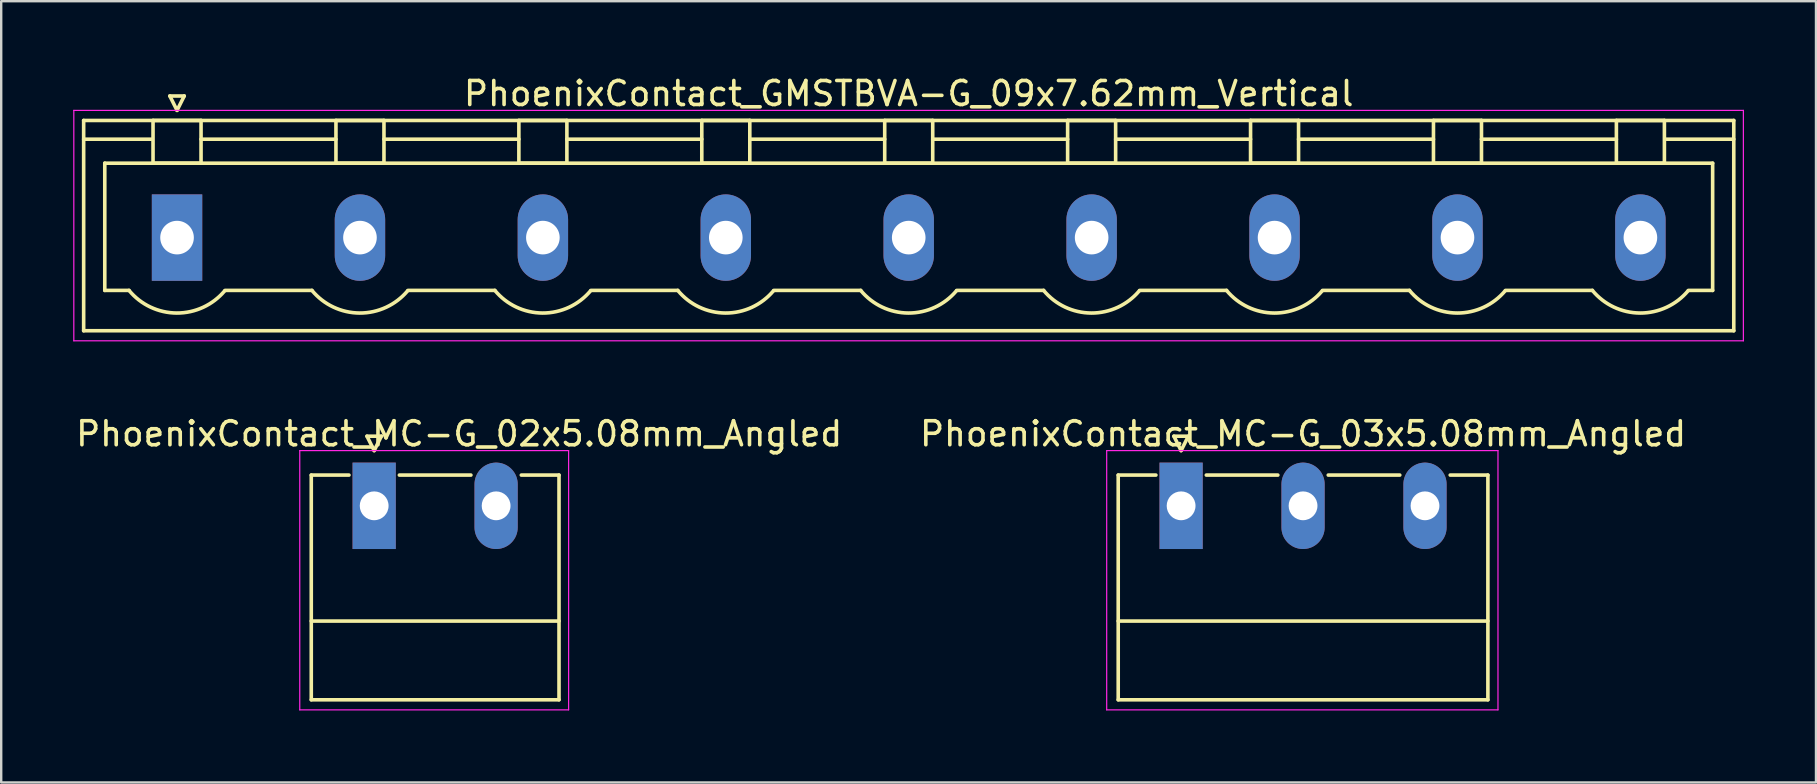
<source format=kicad_pcb>
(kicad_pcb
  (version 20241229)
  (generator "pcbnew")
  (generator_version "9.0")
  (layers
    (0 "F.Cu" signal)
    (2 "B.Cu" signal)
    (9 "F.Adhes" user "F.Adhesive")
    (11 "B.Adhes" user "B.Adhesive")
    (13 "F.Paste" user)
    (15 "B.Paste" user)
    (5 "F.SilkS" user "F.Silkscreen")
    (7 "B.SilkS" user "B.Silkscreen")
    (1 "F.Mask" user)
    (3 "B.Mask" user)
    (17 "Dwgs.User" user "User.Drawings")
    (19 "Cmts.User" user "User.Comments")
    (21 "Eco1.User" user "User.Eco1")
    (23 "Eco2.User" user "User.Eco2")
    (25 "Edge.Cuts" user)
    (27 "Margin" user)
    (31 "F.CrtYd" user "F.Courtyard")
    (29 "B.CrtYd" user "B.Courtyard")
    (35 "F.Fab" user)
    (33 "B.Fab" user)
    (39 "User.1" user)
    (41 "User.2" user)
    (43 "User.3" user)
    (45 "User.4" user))
  (footprint "PhoenixContact_GMSTBVA-G_09x7.62mm_Vertical"
    (layer "F.Cu")
    (at 4.325 6.848)
    (property "Reference" "PhoenixContact_GMSTBVA-G_09x7.62mm_Vertical" (at 30.48 -6 0) (layer "F.SilkS") (effects (font (size 1 1) (thickness 0.15))))
    (attr through_hole)
    (fp_line (start -3.89 -4.88) (end -3.89 3.88) (stroke (width 0.15) (type solid)) (layer "F.SilkS"))
    (fp_line (start -3.89 -4.1) (end -1.08 -4.1) (stroke (width 0.15) (type solid)) (layer "F.SilkS"))
    (fp_line (start -3.89 3.88) (end 64.85 3.88) (stroke (width 0.15) (type solid)) (layer "F.SilkS"))
    (fp_line (start -3.01 -3.1) (end 63.97 -3.1) (stroke (width 0.15) (type solid)) (layer "F.SilkS"))
    (fp_line (start -3.01 2.2) (end -3.01 -3.1) (stroke (width 0.15) (type solid)) (layer "F.SilkS"))
    (fp_line (start -2 2.2) (end -3.01 2.2) (stroke (width 0.15) (type solid)) (layer "F.SilkS"))
    (fp_line (start -1 -4.88) (end 1 -4.88) (stroke (width 0.15) (type solid)) (layer "F.SilkS"))
    (fp_line (start -1 -3.1) (end -1 -4.88) (stroke (width 0.15) (type solid)) (layer "F.SilkS"))
    (fp_line (start -0.3 -5.9) (end 0 -5.3) (stroke (width 0.15) (type solid)) (layer "F.SilkS"))
    (fp_line (start 0 -5.3) (end 0.3 -5.9) (stroke (width 0.15) (type solid)) (layer "F.SilkS"))
    (fp_line (start 0.3 -5.9) (end -0.3 -5.9) (stroke (width 0.15) (type solid)) (layer "F.SilkS"))
    (fp_line (start 1 -4.88) (end 1 -3.1) (stroke (width 0.15) (type solid)) (layer "F.SilkS"))
    (fp_line (start 1 -4.1) (end 6.62 -4.1) (stroke (width 0.15) (type solid)) (layer "F.SilkS"))
    (fp_line (start 1 -3.1) (end -1 -3.1) (stroke (width 0.15) (type solid)) (layer "F.SilkS"))
    (fp_line (start 2 2.2) (end 5.62 2.2) (stroke (width 0.15) (type solid)) (layer "F.SilkS"))
    (fp_line (start 6.62 -4.88) (end 8.62 -4.88) (stroke (width 0.15) (type solid)) (layer "F.SilkS"))
    (fp_line (start 6.62 -3.1) (end 6.62 -4.88) (stroke (width 0.15) (type solid)) (layer "F.SilkS"))
    (fp_line (start 8.62 -4.88) (end 8.62 -3.1) (stroke (width 0.15) (type solid)) (layer "F.SilkS"))
    (fp_line (start 8.62 -4.1) (end 14.24 -4.1) (stroke (width 0.15) (type solid)) (layer "F.SilkS"))
    (fp_line (start 8.62 -3.1) (end 6.62 -3.1) (stroke (width 0.15) (type solid)) (layer "F.SilkS"))
    (fp_line (start 9.62 2.2) (end 13.24 2.2) (stroke (width 0.15) (type solid)) (layer "F.SilkS"))
    (fp_line (start 14.24 -4.88) (end 16.24 -4.88) (stroke (width 0.15) (type solid)) (layer "F.SilkS"))
    (fp_line (start 14.24 -3.1) (end 14.24 -4.88) (stroke (width 0.15) (type solid)) (layer "F.SilkS"))
    (fp_line (start 16.24 -4.88) (end 16.24 -3.1) (stroke (width 0.15) (type solid)) (layer "F.SilkS"))
    (fp_line (start 16.24 -4.1) (end 21.86 -4.1) (stroke (width 0.15) (type solid)) (layer "F.SilkS"))
    (fp_line (start 16.24 -3.1) (end 14.24 -3.1) (stroke (width 0.15) (type solid)) (layer "F.SilkS"))
    (fp_line (start 17.24 2.2) (end 20.86 2.2) (stroke (width 0.15) (type solid)) (layer "F.SilkS"))
    (fp_line (start 21.86 -4.88) (end 23.86 -4.88) (stroke (width 0.15) (type solid)) (layer "F.SilkS"))
    (fp_line (start 21.86 -3.1) (end 21.86 -4.88) (stroke (width 0.15) (type solid)) (layer "F.SilkS"))
    (fp_line (start 23.86 -4.88) (end 23.86 -3.1) (stroke (width 0.15) (type solid)) (layer "F.SilkS"))
    (fp_line (start 23.86 -4.1) (end 29.48 -4.1) (stroke (width 0.15) (type solid)) (layer "F.SilkS"))
    (fp_line (start 23.86 -3.1) (end 21.86 -3.1) (stroke (width 0.15) (type solid)) (layer "F.SilkS"))
    (fp_line (start 24.86 2.2) (end 28.48 2.2) (stroke (width 0.15) (type solid)) (layer "F.SilkS"))
    (fp_line (start 29.48 -4.88) (end 31.48 -4.88) (stroke (width 0.15) (type solid)) (layer "F.SilkS"))
    (fp_line (start 29.48 -3.1) (end 29.48 -4.88) (stroke (width 0.15) (type solid)) (layer "F.SilkS"))
    (fp_line (start 31.48 -4.88) (end 31.48 -3.1) (stroke (width 0.15) (type solid)) (layer "F.SilkS"))
    (fp_line (start 31.48 -4.1) (end 37.1 -4.1) (stroke (width 0.15) (type solid)) (layer "F.SilkS"))
    (fp_line (start 31.48 -3.1) (end 29.48 -3.1) (stroke (width 0.15) (type solid)) (layer "F.SilkS"))
    (fp_line (start 32.48 2.2) (end 36.1 2.2) (stroke (width 0.15) (type solid)) (layer "F.SilkS"))
    (fp_line (start 37.1 -4.88) (end 39.1 -4.88) (stroke (width 0.15) (type solid)) (layer "F.SilkS"))
    (fp_line (start 37.1 -3.1) (end 37.1 -4.88) (stroke (width 0.15) (type solid)) (layer "F.SilkS"))
    (fp_line (start 39.1 -4.88) (end 39.1 -3.1) (stroke (width 0.15) (type solid)) (layer "F.SilkS"))
    (fp_line (start 39.1 -4.1) (end 44.72 -4.1) (stroke (width 0.15) (type solid)) (layer "F.SilkS"))
    (fp_line (start 39.1 -3.1) (end 37.1 -3.1) (stroke (width 0.15) (type solid)) (layer "F.SilkS"))
    (fp_line (start 40.1 2.2) (end 43.72 2.2) (stroke (width 0.15) (type solid)) (layer "F.SilkS"))
    (fp_line (start 44.72 -4.88) (end 46.72 -4.88) (stroke (width 0.15) (type solid)) (layer "F.SilkS"))
    (fp_line (start 44.72 -3.1) (end 44.72 -4.88) (stroke (width 0.15) (type solid)) (layer "F.SilkS"))
    (fp_line (start 46.72 -4.88) (end 46.72 -3.1) (stroke (width 0.15) (type solid)) (layer "F.SilkS"))
    (fp_line (start 46.72 -4.1) (end 52.34 -4.1) (stroke (width 0.15) (type solid)) (layer "F.SilkS"))
    (fp_line (start 46.72 -3.1) (end 44.72 -3.1) (stroke (width 0.15) (type solid)) (layer "F.SilkS"))
    (fp_line (start 47.72 2.2) (end 51.34 2.2) (stroke (width 0.15) (type solid)) (layer "F.SilkS"))
    (fp_line (start 52.34 -4.88) (end 54.34 -4.88) (stroke (width 0.15) (type solid)) (layer "F.SilkS"))
    (fp_line (start 52.34 -3.1) (end 52.34 -4.88) (stroke (width 0.15) (type solid)) (layer "F.SilkS"))
    (fp_line (start 54.34 -4.88) (end 54.34 -3.1) (stroke (width 0.15) (type solid)) (layer "F.SilkS"))
    (fp_line (start 54.34 -4.1) (end 59.96 -4.1) (stroke (width 0.15) (type solid)) (layer "F.SilkS"))
    (fp_line (start 54.34 -3.1) (end 52.34 -3.1) (stroke (width 0.15) (type solid)) (layer "F.SilkS"))
    (fp_line (start 55.34 2.2) (end 58.96 2.2) (stroke (width 0.15) (type solid)) (layer "F.SilkS"))
    (fp_line (start 59.96 -4.88) (end 61.96 -4.88) (stroke (width 0.15) (type solid)) (layer "F.SilkS"))
    (fp_line (start 59.96 -3.1) (end 59.96 -4.88) (stroke (width 0.15) (type solid)) (layer "F.SilkS"))
    (fp_line (start 61.96 -4.88) (end 61.96 -3.1) (stroke (width 0.15) (type solid)) (layer "F.SilkS"))
    (fp_line (start 61.96 -3.1) (end 59.96 -3.1) (stroke (width 0.15) (type solid)) (layer "F.SilkS"))
    (fp_line (start 63.97 -3.1) (end 63.97 2.2) (stroke (width 0.15) (type solid)) (layer "F.SilkS"))
    (fp_line (start 63.97 2.2) (end 62.96 2.2) (stroke (width 0.15) (type solid)) (layer "F.SilkS"))
    (fp_line (start 64.85 -4.88) (end -3.89 -4.88) (stroke (width 0.15) (type solid)) (layer "F.SilkS"))
    (fp_line (start 64.85 -4.1) (end 62.04 -4.1) (stroke (width 0.15) (type solid)) (layer "F.SilkS"))
    (fp_line (start 64.85 3.88) (end 64.85 -4.88) (stroke (width 0.15) (type solid)) (layer "F.SilkS"))
    (fp_arc (start 1.986842 2.215821) (mid -0.010289 3.142758) (end -2 2.2) (stroke (width 0.15) (type solid)) (layer "F.SilkS"))
    (fp_arc (start 9.606842 2.215821) (mid 7.609711 3.142758) (end 5.62 2.2) (stroke (width 0.15) (type solid)) (layer "F.SilkS"))
    (fp_arc (start 17.226842 2.215821) (mid 15.229711 3.142758) (end 13.24 2.2) (stroke (width 0.15) (type solid)) (layer "F.SilkS"))
    (fp_arc (start 24.846842 2.215821) (mid 22.849711 3.142758) (end 20.86 2.2) (stroke (width 0.15) (type solid)) (layer "F.SilkS"))
    (fp_arc (start 32.466842 2.215821) (mid 30.469711 3.142758) (end 28.48 2.2) (stroke (width 0.15) (type solid)) (layer "F.SilkS"))
    (fp_arc (start 40.086842 2.215821) (mid 38.089711 3.142758) (end 36.1 2.2) (stroke (width 0.15) (type solid)) (layer "F.SilkS"))
    (fp_arc (start 47.706842 2.215821) (mid 45.709711 3.142758) (end 43.72 2.2) (stroke (width 0.15) (type solid)) (layer "F.SilkS"))
    (fp_arc (start 55.326842 2.215821) (mid 53.329711 3.142758) (end 51.34 2.2) (stroke (width 0.15) (type solid)) (layer "F.SilkS"))
    (fp_arc (start 62.946842 2.215821) (mid 60.949711 3.142758) (end 58.96 2.2) (stroke (width 0.15) (type solid)) (layer "F.SilkS"))
    (fp_line (start -4.3 -5.3) (end -4.3 4.3) (stroke (width 0.05) (type solid)) (layer "F.CrtYd"))
    (fp_line (start -4.3 4.3) (end 65.25 4.3) (stroke (width 0.05) (type solid)) (layer "F.CrtYd"))
    (fp_line (start 65.25 -5.3) (end -4.3 -5.3) (stroke (width 0.05) (type solid)) (layer "F.CrtYd"))
    (fp_line (start 65.25 4.3) (end 65.25 -5.3) (stroke (width 0.05) (type solid)) (layer "F.CrtYd"))
    (pad "1" thru_hole rect (at 0 0) (size 2.1 3.6) (drill 1.4) (layers "*.Cu" "*.Mask"))
    (pad "2" thru_hole oval (at 7.62 0) (size 2.1 3.6) (drill 1.4) (layers "*.Cu" "*.Mask"))
    (pad "3" thru_hole oval (at 15.24 0) (size 2.1 3.6) (drill 1.4) (layers "*.Cu" "*.Mask"))
    (pad "4" thru_hole oval (at 22.86 0) (size 2.1 3.6) (drill 1.4) (layers "*.Cu" "*.Mask"))
    (pad "5" thru_hole oval (at 30.48 0) (size 2.1 3.6) (drill 1.4) (layers "*.Cu" "*.Mask"))
    (pad "6" thru_hole oval (at 38.1 0) (size 2.1 3.6) (drill 1.4) (layers "*.Cu" "*.Mask"))
    (pad "7" thru_hole oval (at 45.72 0) (size 2.1 3.6) (drill 1.4) (layers "*.Cu" "*.Mask"))
    (pad "8" thru_hole oval (at 53.34 0) (size 2.1 3.6) (drill 1.4) (layers "*.Cu" "*.Mask"))
    (pad "9" thru_hole oval (at 60.96 0) (size 2.1 3.6) (drill 1.4) (layers "*.Cu" "*.Mask")))
  (footprint "PhoenixContact_MC-G_02x5.08mm_Angled"
    (layer "F.Cu")
    (at 12.537 18.021)
    (property "Reference" "PhoenixContact_MC-G_02x5.08mm_Angled" (at 3.54 -3 0) (layer "F.SilkS") (effects (font (size 1 1) (thickness 0.15))))
    (attr through_hole)
    (fp_line (start -2.62 -1.28) (end -2.62 8.08) (stroke (width 0.15) (type solid)) (layer "F.SilkS"))
    (fp_line (start -2.62 -1.28) (end -1.05 -1.28) (stroke (width 0.15) (type solid)) (layer "F.SilkS"))
    (fp_line (start -2.62 4.8) (end 7.7 4.8) (stroke (width 0.15) (type solid)) (layer "F.SilkS"))
    (fp_line (start -2.62 8.08) (end 7.7 8.08) (stroke (width 0.15) (type solid)) (layer "F.SilkS"))
    (fp_line (start -0.3 -2.9) (end 0 -2.3) (stroke (width 0.15) (type solid)) (layer "F.SilkS"))
    (fp_line (start 0 -2.3) (end 0.3 -2.9) (stroke (width 0.15) (type solid)) (layer "F.SilkS"))
    (fp_line (start 0.3 -2.9) (end -0.3 -2.9) (stroke (width 0.15) (type solid)) (layer "F.SilkS"))
    (fp_line (start 1.05 -1.28) (end 4.03 -1.28) (stroke (width 0.15) (type solid)) (layer "F.SilkS"))
    (fp_line (start 7.7 -1.28) (end 6.13 -1.28) (stroke (width 0.15) (type solid)) (layer "F.SilkS"))
    (fp_line (start 7.7 8.08) (end 7.7 -1.28) (stroke (width 0.15) (type solid)) (layer "F.SilkS"))
    (fp_line (start -3.1 -2.3) (end -3.1 8.5) (stroke (width 0.05) (type solid)) (layer "F.CrtYd"))
    (fp_line (start -3.1 8.5) (end 8.1 8.5) (stroke (width 0.05) (type solid)) (layer "F.CrtYd"))
    (fp_line (start 8.1 -2.3) (end -3.1 -2.3) (stroke (width 0.05) (type solid)) (layer "F.CrtYd"))
    (fp_line (start 8.1 8.5) (end 8.1 -2.3) (stroke (width 0.05) (type solid)) (layer "F.CrtYd"))
    (pad "1" thru_hole rect (at 0 0) (size 1.8 3.6) (drill 1.2) (layers "*.Cu" "*.Mask"))
    (pad "2" thru_hole oval (at 5.08 0) (size 1.8 3.6) (drill 1.2) (layers "*.Cu" "*.Mask")))
  (footprint "PhoenixContact_MC-G_03x5.08mm_Angled"
    (layer "F.Cu")
    (at 46.152 18.021)
    (property "Reference" "PhoenixContact_MC-G_03x5.08mm_Angled" (at 5.08 -3 0) (layer "F.SilkS") (effects (font (size 1 1) (thickness 0.15))))
    (attr through_hole)
    (fp_line (start -2.62 -1.28) (end -2.62 8.08) (stroke (width 0.15) (type solid)) (layer "F.SilkS"))
    (fp_line (start -2.62 -1.28) (end -1.05 -1.28) (stroke (width 0.15) (type solid)) (layer "F.SilkS"))
    (fp_line (start -2.62 4.8) (end 12.78 4.8) (stroke (width 0.15) (type solid)) (layer "F.SilkS"))
    (fp_line (start -2.62 8.08) (end 12.78 8.08) (stroke (width 0.15) (type solid)) (layer "F.SilkS"))
    (fp_line (start -0.3 -2.9) (end 0 -2.3) (stroke (width 0.15) (type solid)) (layer "F.SilkS"))
    (fp_line (start 0 -2.3) (end 0.3 -2.9) (stroke (width 0.15) (type solid)) (layer "F.SilkS"))
    (fp_line (start 0.3 -2.9) (end -0.3 -2.9) (stroke (width 0.15) (type solid)) (layer "F.SilkS"))
    (fp_line (start 1.05 -1.28) (end 4.03 -1.28) (stroke (width 0.15) (type solid)) (layer "F.SilkS"))
    (fp_line (start 6.13 -1.28) (end 9.11 -1.28) (stroke (width 0.15) (type solid)) (layer "F.SilkS"))
    (fp_line (start 12.78 -1.28) (end 11.21 -1.28) (stroke (width 0.15) (type solid)) (layer "F.SilkS"))
    (fp_line (start 12.78 8.08) (end 12.78 -1.28) (stroke (width 0.15) (type solid)) (layer "F.SilkS"))
    (fp_line (start -3.1 -2.3) (end -3.1 8.5) (stroke (width 0.05) (type solid)) (layer "F.CrtYd"))
    (fp_line (start -3.1 8.5) (end 13.2 8.5) (stroke (width 0.05) (type solid)) (layer "F.CrtYd"))
    (fp_line (start 13.2 -2.3) (end -3.1 -2.3) (stroke (width 0.05) (type solid)) (layer "F.CrtYd"))
    (fp_line (start 13.2 8.5) (end 13.2 -2.3) (stroke (width 0.05) (type solid)) (layer "F.CrtYd"))
    (pad "1" thru_hole rect (at 0 0) (size 1.8 3.6) (drill 1.2) (layers "*.Cu" "*.Mask"))
    (pad "2" thru_hole oval (at 5.08 0) (size 1.8 3.6) (drill 1.2) (layers "*.Cu" "*.Mask"))
    (pad "3" thru_hole oval (at 10.16 0) (size 1.8 3.6) (drill 1.2) (layers "*.Cu" "*.Mask")))
  (gr_rect
    (start -3 -3)
    (end 72.6 29.547)
    (stroke (width 0.1) (type default))
    (fill no)
    (layer "Edge.Cuts")))
</source>
